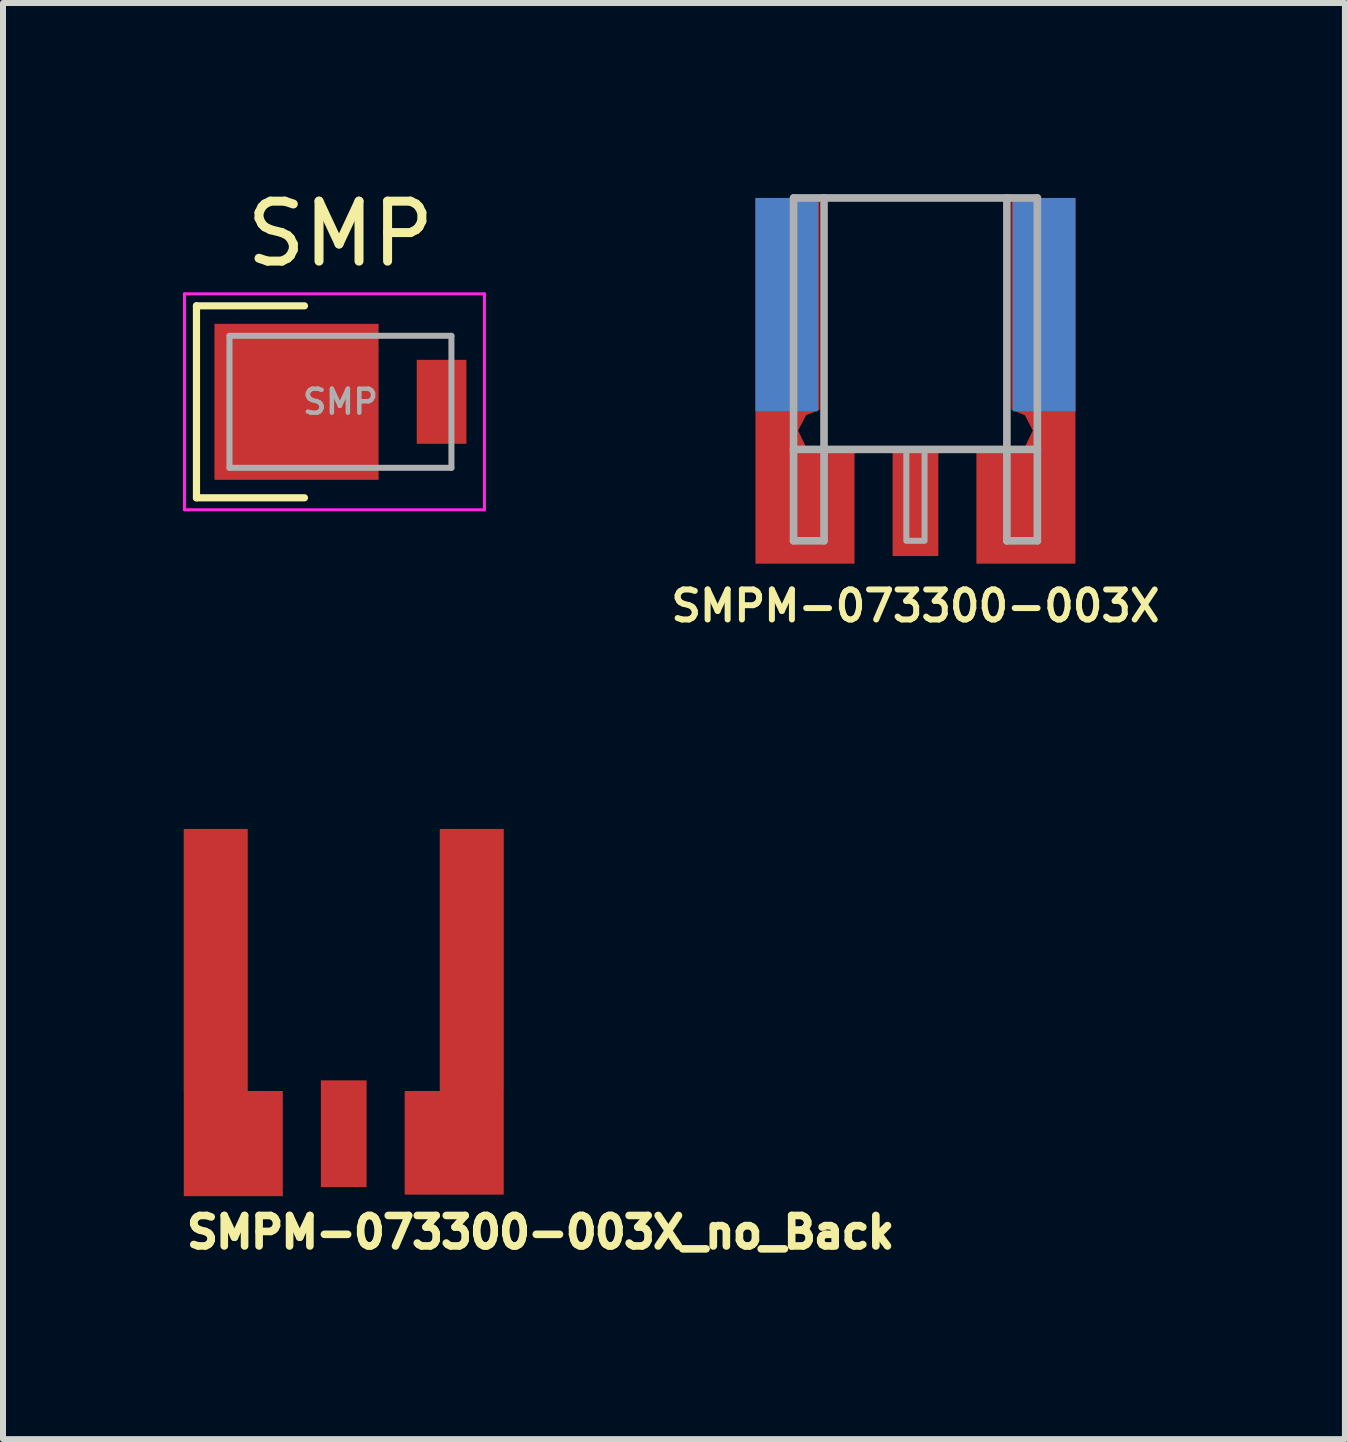
<source format=kicad_pcb>
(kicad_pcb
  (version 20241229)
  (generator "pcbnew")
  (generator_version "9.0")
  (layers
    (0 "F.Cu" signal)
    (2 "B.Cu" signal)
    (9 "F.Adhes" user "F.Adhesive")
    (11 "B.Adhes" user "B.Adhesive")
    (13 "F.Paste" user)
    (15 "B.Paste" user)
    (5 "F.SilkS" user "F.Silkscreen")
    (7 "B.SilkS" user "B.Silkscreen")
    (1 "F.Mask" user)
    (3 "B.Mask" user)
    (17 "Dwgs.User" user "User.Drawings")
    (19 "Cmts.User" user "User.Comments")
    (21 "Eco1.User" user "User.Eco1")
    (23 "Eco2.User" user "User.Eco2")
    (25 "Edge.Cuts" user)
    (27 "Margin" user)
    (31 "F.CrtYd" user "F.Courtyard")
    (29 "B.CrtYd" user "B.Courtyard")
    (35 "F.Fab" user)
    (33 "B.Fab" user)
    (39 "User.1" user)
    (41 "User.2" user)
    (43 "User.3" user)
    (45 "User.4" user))
  (footprint "SMP"
    (layer "F.Cu")
    (at 2.625 3.648)
    (property "Reference" "SMP" (at 0 -2.8 0) (unlocked yes) (layer "F.SilkS") (effects (font (size 1 1) (thickness 0.15))))
    (attr smd)
    (fp_line (start -2.4 -1.6) (end -2.4 1.6) (stroke (width 0.12) (type default)) (layer "F.SilkS"))
    (fp_line (start -2.4 -1.6) (end -0.6 -1.6) (stroke (width 0.12) (type default)) (layer "F.SilkS"))
    (fp_line (start -2.4 1.6) (end -0.6 1.6) (stroke (width 0.12) (type default)) (layer "F.SilkS"))
    (fp_line (start -2.6 -1.8) (end -2.6 1.8) (stroke (width 0.05) (type default)) (layer "F.CrtYd"))
    (fp_line (start -2.6 -1.8) (end 2.4 -1.8) (stroke (width 0.05) (type default)) (layer "F.CrtYd"))
    (fp_line (start -2.6 1.8) (end 2.4 1.8) (stroke (width 0.05) (type default)) (layer "F.CrtYd"))
    (fp_line (start 2.4 -1.8) (end 2.4 1.8) (stroke (width 0.05) (type default)) (layer "F.CrtYd"))
    (fp_line (start -1.85 -1.1) (end 1.85 -1.1) (stroke (width 0.1) (type default)) (layer "F.Fab"))
    (fp_line (start -1.85 1.1) (end -1.85 -1.1) (stroke (width 0.1) (type default)) (layer "F.Fab"))
    (fp_line (start -1.85 1.1) (end 1.85 1.1) (stroke (width 0.1) (type default)) (layer "F.Fab"))
    (fp_line (start 1.85 1.1) (end 1.85 -1.1) (stroke (width 0.1) (type default)) (layer "F.Fab"))
    (fp_text user "${REFERENCE}" (at 0 0 0) (unlocked yes) (layer "F.Fab") (effects (font (size 0.4 0.4) (thickness 0.075) (bold yes))))
    (pad "1" smd rect (at -0.732 0) (size 2.736 2.6) (layers "F.Cu" "F.Mask" "F.Paste"))
    (pad "2" smd rect (at 1.686 0) (size 0.828 1.4) (layers "F.Cu" "F.Mask" "F.Paste")))
  (footprint "SMPM-073300-003X_no_Back"
    (layer "F.Cu")
    (at 2.68 10.768)
    (property "Reference" "SMPM-073300-003X_no_Back" (at -2.68 7.02 0) (layer "F.SilkS") (effects (font (size 0.508 0.508) (thickness 0.127)) (justify left bottom)))
    (fp_line (start -1.6 0) (end -1.6 4.369) (stroke (width 0.025) (type solid)) (layer "User.1"))
    (fp_line (start -1.6 4.369) (end -1.016 4.369) (stroke (width 0.025) (type solid)) (layer "User.1"))
    (fp_line (start -1.016 4.369) (end -0.381 4.191) (stroke (width 0.025) (type solid)) (layer "User.1"))
    (fp_line (start -0.381 4.191) (end 0.381 4.191) (stroke (width 0.025) (type solid)) (layer "User.1"))
    (fp_line (start 0.381 4.191) (end 1.016 4.369) (stroke (width 0.025) (type solid)) (layer "User.1"))
    (fp_line (start 1.016 4.369) (end 1.6 4.369) (stroke (width 0.025) (type solid)) (layer "User.1"))
    (fp_line (start 1.6 0) (end 1.6 4.369) (stroke (width 0.025) (type solid)) (layer "User.1"))
    (pad "1" smd rect (at 0 5.08) (size 0.762 1.778) (layers "F.Cu" "F.Mask"))
    (pad "2" smd rect (at -2.134 2.184) (size 1.067 4.369) (layers "F.Cu" "F.Mask"))
    (pad "2" smd rect (at -1.841 5.245) (size 1.651 1.753) (layers "F.Cu" "F.Mask"))
    (pad "2" smd rect (at 1.841 5.232) (size 1.651 1.727) (layers "F.Cu" "F.Mask"))
    (pad "2" smd rect (at 2.134 2.184) (size 1.067 4.369) (layers "F.Cu" "F.Mask")))
  (footprint "SMPM-073300-003X"
    (layer "F.Cu")
    (at 12.21 0.25)
    (property "Reference" "SMPM-073300-003X" (at 0 6.8 0) (layer "F.SilkS") (effects (font (size 0.5 0.5) (thickness 0.1) (bold yes))))
    (fp_poly (pts (xy -2.667 6.096) (xy -1.016 6.096) (xy -1.016 4.242) (xy -1.651 4.242) (xy -1.829 4.14) (xy -1.956 3.876) (xy -1.824 3.622) (xy -1.6 3.531) (xy -1.6 0) (xy -2.667 0)) (stroke (width 0) (type solid)) (fill yes) (layer "F.Cu"))
    (fp_poly (pts (xy 2.667 6.096) (xy 1.016 6.096) (xy 1.016 4.242) (xy 1.651 4.242) (xy 1.829 4.14) (xy 1.956 3.876) (xy 1.824 3.622) (xy 1.6 3.531) (xy 1.6 0) (xy 2.667 0)) (stroke (width 0) (type solid)) (fill yes) (layer "F.Cu"))
    (fp_poly (pts (xy -1.448 4.115) (xy -0.94 4.115) (xy -0.94 6.172) (xy -2.743 6.172) (xy -2.743 -0.076) (xy -1.448 -0.076)) (stroke (width 0) (type solid)) (fill yes) (layer "F.Mask"))
    (fp_poly (pts (xy 2.743 6.172) (xy 0.94 6.172) (xy 0.94 4.115) (xy 1.448 4.115) (xy 1.448 -0.076) (xy 2.743 -0.076)) (stroke (width 0) (type solid)) (fill yes) (layer "F.Mask"))
    (fp_poly (pts (xy -1.626 3.556) (xy -2.667 3.556) (xy -2.667 0) (xy -1.626 0)) (stroke (width 0) (type solid)) (fill yes) (layer "B.Cu"))
    (fp_poly (pts (xy 2.667 3.556) (xy 1.626 3.556) (xy 1.626 0) (xy 2.667 0)) (stroke (width 0) (type solid)) (fill yes) (layer "B.Cu"))
    (fp_poly (pts (xy -1.448 4.394) (xy -2.743 4.394) (xy -2.743 -0.076) (xy -1.448 -0.076)) (stroke (width 0) (type solid)) (fill yes) (layer "B.Mask"))
    (fp_poly (pts (xy 2.743 4.394) (xy 1.448 4.394) (xy 1.448 -0.076) (xy 2.743 -0.076)) (stroke (width 0) (type solid)) (fill yes) (layer "B.Mask"))
    (fp_line (start -2.032 0) (end -2.032 4.191) (stroke (width 0.127) (type solid)) (layer "F.Fab"))
    (fp_line (start -2.032 4.191) (end -2.032 5.715) (stroke (width 0.127) (type solid)) (layer "F.Fab"))
    (fp_line (start -2.032 4.191) (end -1.524 4.191) (stroke (width 0.127) (type solid)) (layer "F.Fab"))
    (fp_line (start -2.032 5.715) (end -1.524 5.715) (stroke (width 0.127) (type solid)) (layer "F.Fab"))
    (fp_line (start -1.524 0) (end -2.032 0) (stroke (width 0.127) (type solid)) (layer "F.Fab"))
    (fp_line (start -1.524 0) (end -1.524 4.191) (stroke (width 0.127) (type solid)) (layer "F.Fab"))
    (fp_line (start -1.524 4.191) (end 1.524 4.191) (stroke (width 0.127) (type solid)) (layer "F.Fab"))
    (fp_line (start -1.524 5.715) (end -1.524 4.191) (stroke (width 0.127) (type solid)) (layer "F.Fab"))
    (fp_line (start 1.524 0) (end -1.524 0) (stroke (width 0.127) (type solid)) (layer "F.Fab"))
    (fp_line (start 1.524 0) (end 1.524 4.191) (stroke (width 0.127) (type solid)) (layer "F.Fab"))
    (fp_line (start 1.524 4.191) (end 2.032 4.191) (stroke (width 0.127) (type solid)) (layer "F.Fab"))
    (fp_line (start 1.524 5.715) (end 1.524 4.191) (stroke (width 0.127) (type solid)) (layer "F.Fab"))
    (fp_line (start 2.032 0) (end 1.524 0) (stroke (width 0.127) (type solid)) (layer "F.Fab"))
    (fp_line (start 2.032 4.191) (end 2.032 0) (stroke (width 0.127) (type solid)) (layer "F.Fab"))
    (fp_line (start 2.032 4.191) (end 2.032 5.715) (stroke (width 0.127) (type solid)) (layer "F.Fab"))
    (fp_line (start 2.032 5.715) (end 1.524 5.715) (stroke (width 0.127) (type solid)) (layer "F.Fab"))
    (fp_poly (pts (xy -0.152 5.715) (xy 0.152 5.715) (xy 0.152 4.191) (xy -0.152 4.191)) (stroke (width 0.1) (type solid)) (fill no) (layer "F.Fab"))
    (fp_line (start -1.575 0) (end -1.575 3.581) (stroke (width 0.025) (type solid)) (layer "User.1"))
    (fp_line (start -1.549 4.191) (end 1.6 4.191) (stroke (width 0.025) (type solid)) (layer "User.1"))
    (fp_line (start 1.575 0) (end 1.575 3.581) (stroke (width 0.025) (type solid)) (layer "User.1"))
    (fp_arc (start -1.5494 4.191) (mid -1.852103 3.898284) (end -1.5748 3.5814) (stroke (width 0.0254) (type solid)) (layer "User.1"))
    (fp_arc (start 1.5748 3.5814) (mid 1.877503 3.874116) (end 1.6002 4.191) (stroke (width 0.0254) (type solid)) (layer "User.1"))
    (pad "GND" smd rect (at -2.032 1.778 180) (size 0.508 0.508) (layers "B.Cu"))
    (pad "GND" smd rect (at -1.778 5.08) (size 0.508 0.508) (layers "F.Cu"))
    (pad "GND" smd rect (at 1.778 5.08) (size 0.508 0.508) (layers "F.Cu"))
    (pad "GND" smd rect (at 2.032 1.778 180) (size 0.508 0.508) (layers "B.Cu"))
    (pad "RF" smd rect (at 0 5.08) (size 0.762 1.778) (layers "F.Cu" "F.Mask")))
  (gr_rect
    (start -3 -3)
    (end 19.369 20.939)
    (stroke (width 0.1) (type default))
    (fill no)
    (layer "Edge.Cuts")))
</source>
